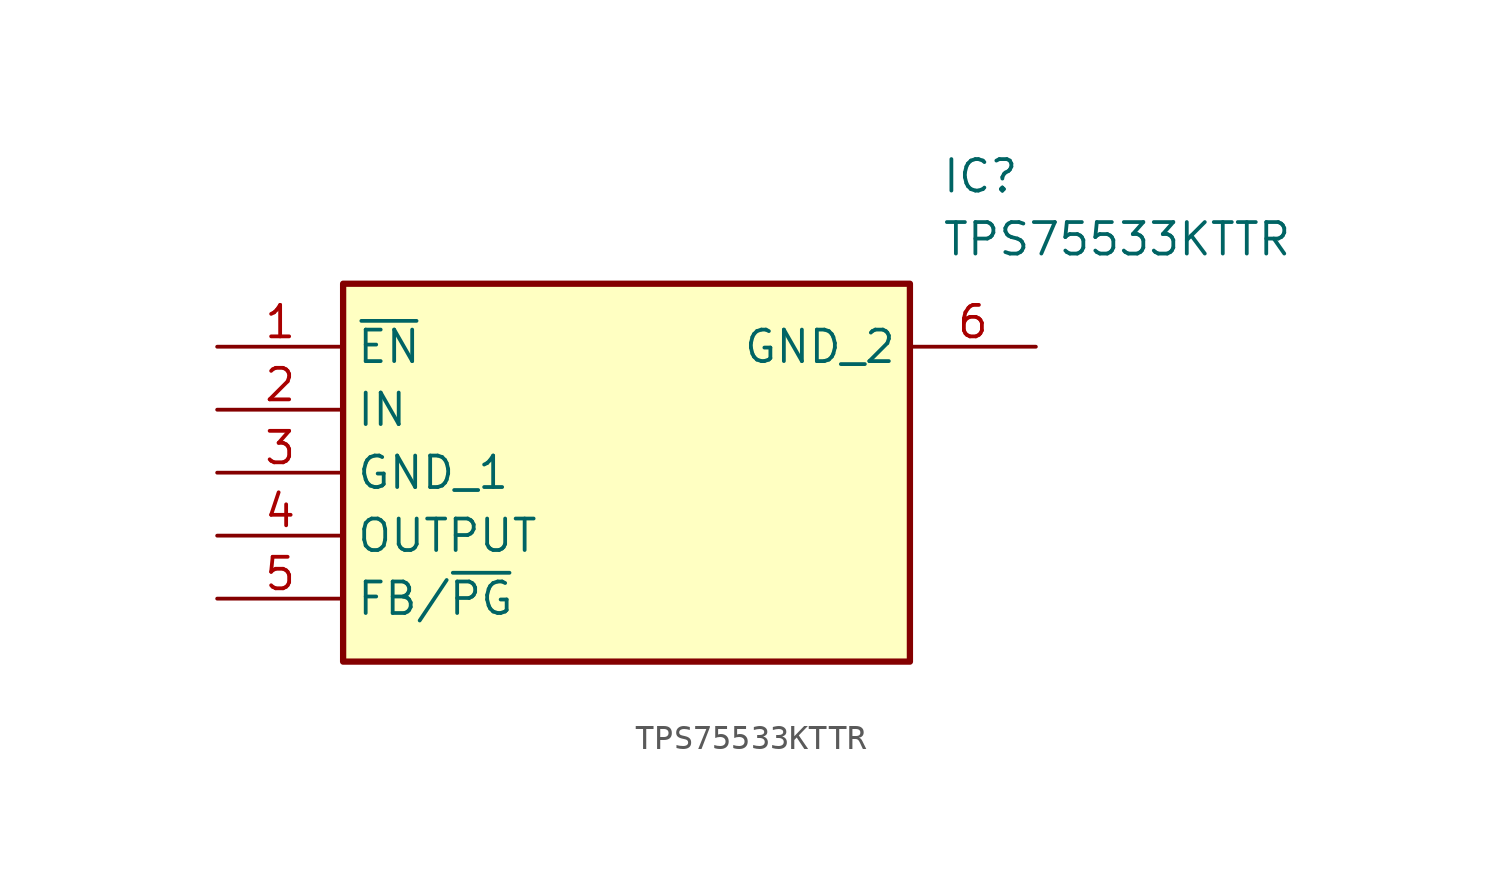
<source format=kicad_sym>
(kicad_symbol_lib
  (version 20211014)
  (generator SamacSys_ECAD_Model)
  (symbol "TPS75533KTTR"
    (property "Reference" "IC"
      (at 29.21 7.62 0)
      (effects (font (size 1.27 1.27)) (justify left top)))
    (property "Value" "TPS75533KTTR"
      (at 29.21 5.08 0)
      (effects (font (size 1.27 1.27)) (justify left top)))
    (rectangle
      (start 5.08 2.54)
      (end 27.94 -12.7)
      (stroke (width 0.254) (type default))
      (fill (type background)))
    (pin passive line
      (at 0 0 0)
      (length 5.08)
      (name "~{EN}" (effects (font (size 1.27 1.27))))
      (number "1" (effects (font (size 1.27 1.27)))))
    (pin passive line
      (at 0 -2.54 0)
      (length 5.08)
      (name "IN" (effects (font (size 1.27 1.27))))
      (number "2" (effects (font (size 1.27 1.27)))))
    (pin passive line
      (at 0 -5.08 0)
      (length 5.08)
      (name "GND_1" (effects (font (size 1.27 1.27))))
      (number "3" (effects (font (size 1.27 1.27)))))
    (pin passive line
      (at 0 -7.62 0)
      (length 5.08)
      (name "OUTPUT" (effects (font (size 1.27 1.27))))
      (number "4" (effects (font (size 1.27 1.27)))))
    (pin passive line
      (at 0 -10.16 0)
      (length 5.08)
      (name "FB/~{PG}" (effects (font (size 1.27 1.27))))
      (number "5" (effects (font (size 1.27 1.27)))))
    (pin passive line
      (at 33.02 0 180)
      (length 5.08)
      (name "GND_2" (effects (font (size 1.27 1.27))))
      (number "6" (effects (font (size 1.27 1.27)))))))
</source>
